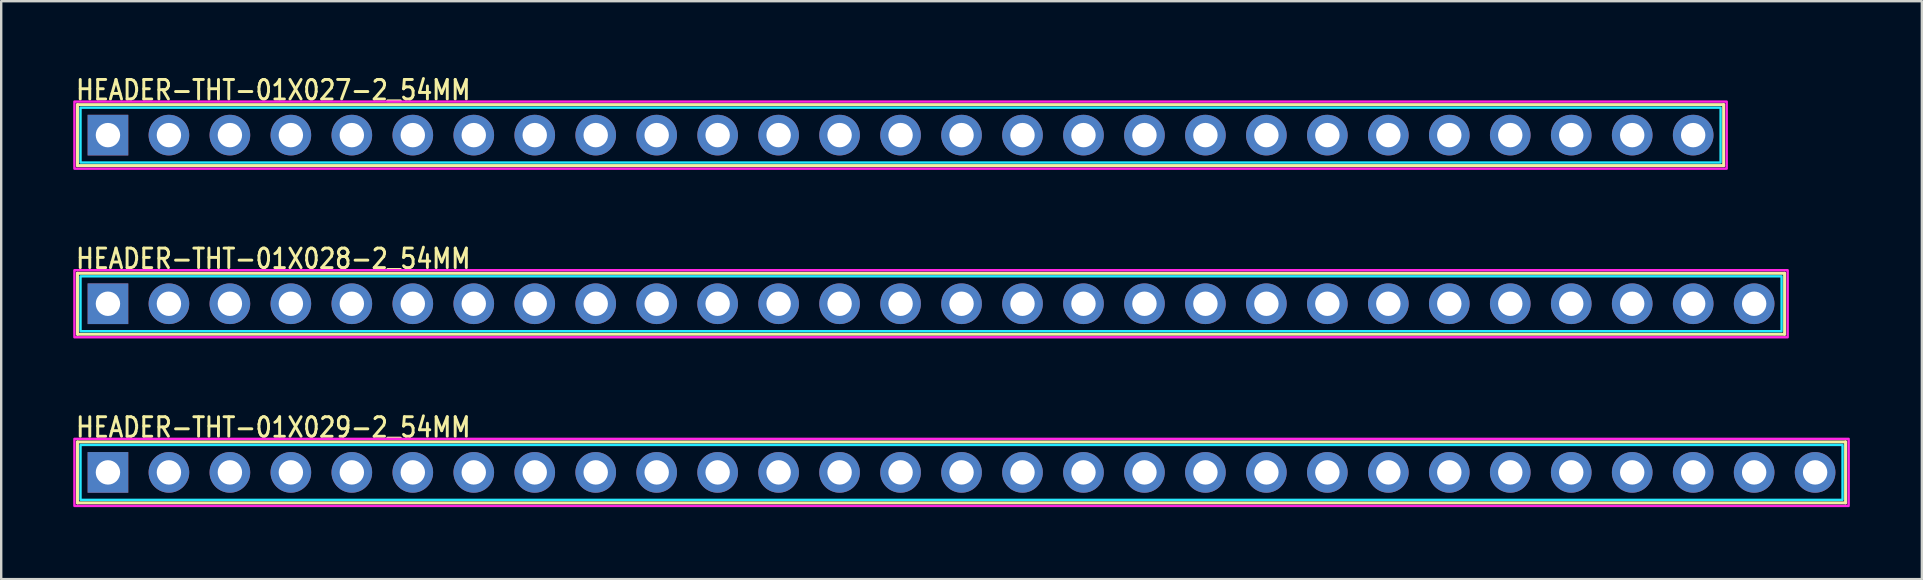
<source format=kicad_pcb>
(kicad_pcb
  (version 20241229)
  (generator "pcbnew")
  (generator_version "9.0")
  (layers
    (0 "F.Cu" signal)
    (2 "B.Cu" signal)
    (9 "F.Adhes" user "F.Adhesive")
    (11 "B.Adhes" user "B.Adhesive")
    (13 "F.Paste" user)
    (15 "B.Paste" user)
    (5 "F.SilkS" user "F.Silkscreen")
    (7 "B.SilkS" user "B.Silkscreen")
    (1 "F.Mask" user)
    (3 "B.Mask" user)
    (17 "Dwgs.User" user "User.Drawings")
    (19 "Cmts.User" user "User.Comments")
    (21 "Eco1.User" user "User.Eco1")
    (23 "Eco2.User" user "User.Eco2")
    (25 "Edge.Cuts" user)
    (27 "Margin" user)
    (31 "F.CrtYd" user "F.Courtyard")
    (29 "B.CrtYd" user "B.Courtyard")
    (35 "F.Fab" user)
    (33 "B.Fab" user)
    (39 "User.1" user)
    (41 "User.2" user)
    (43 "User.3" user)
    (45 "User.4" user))
  (footprint "HEADER-THT-01X029-2_54MM"
    (layer "F.Cu")
    (at 1.447 16.63)
    (property "Reference" "HEADER-THT-01X029-2_54MM" (at -1.4 -1.4 0) (unlocked yes) (layer "F.SilkS") (effects (font (size 0.813 0.695) (thickness 0.122)) (justify left bottom)))
    (fp_line (start -1.27 -1.27) (end -1.27 1.27) (stroke (width 0.127) (type solid)) (layer "F.SilkS"))
    (fp_line (start -1.27 1.27) (end 72.39 1.27) (stroke (width 0.127) (type solid)) (layer "F.SilkS"))
    (fp_line (start 72.39 -1.27) (end -1.27 -1.27) (stroke (width 0.127) (type solid)) (layer "F.SilkS"))
    (fp_line (start 72.39 1.27) (end 72.39 -1.27) (stroke (width 0.127) (type solid)) (layer "F.SilkS"))
    (fp_poly (pts (xy -1.143 -1.143) (xy 72.263 -1.143) (xy 72.263 1.143) (xy -1.143 1.143)) (stroke (width 0.1) (type solid)) (fill no) (layer "B.CrtYd"))
    (fp_poly (pts (xy -1.397 -1.397) (xy 72.517 -1.397) (xy 72.517 1.397) (xy -1.397 1.397)) (stroke (width 0.1) (type solid)) (fill no) (layer "F.CrtYd"))
    (pad "1" thru_hole rect (at 0 0) (size 1.693 1.693) (drill 1.016) (layers "*.Cu" "*.Mask"))
    (pad "2" thru_hole oval (at 2.54 0) (size 1.693 1.693) (drill 1.016) (layers "*.Cu" "*.Mask"))
    (pad "3" thru_hole oval (at 5.08 0) (size 1.693 1.693) (drill 1.016) (layers "*.Cu" "*.Mask"))
    (pad "4" thru_hole oval (at 7.62 0) (size 1.693 1.693) (drill 1.016) (layers "*.Cu" "*.Mask"))
    (pad "5" thru_hole oval (at 10.16 0) (size 1.693 1.693) (drill 1.016) (layers "*.Cu" "*.Mask"))
    (pad "6" thru_hole oval (at 12.7 0) (size 1.693 1.693) (drill 1.016) (layers "*.Cu" "*.Mask"))
    (pad "7" thru_hole oval (at 15.24 0) (size 1.693 1.693) (drill 1.016) (layers "*.Cu" "*.Mask"))
    (pad "8" thru_hole oval (at 17.78 0) (size 1.693 1.693) (drill 1.016) (layers "*.Cu" "*.Mask"))
    (pad "9" thru_hole oval (at 20.32 0) (size 1.693 1.693) (drill 1.016) (layers "*.Cu" "*.Mask"))
    (pad "10" thru_hole oval (at 22.86 0) (size 1.693 1.693) (drill 1.016) (layers "*.Cu" "*.Mask"))
    (pad "11" thru_hole oval (at 25.4 0) (size 1.693 1.693) (drill 1.016) (layers "*.Cu" "*.Mask"))
    (pad "12" thru_hole oval (at 27.94 0) (size 1.693 1.693) (drill 1.016) (layers "*.Cu" "*.Mask"))
    (pad "13" thru_hole oval (at 30.48 0) (size 1.693 1.693) (drill 1.016) (layers "*.Cu" "*.Mask"))
    (pad "14" thru_hole oval (at 33.02 0) (size 1.693 1.693) (drill 1.016) (layers "*.Cu" "*.Mask"))
    (pad "15" thru_hole oval (at 35.56 0) (size 1.693 1.693) (drill 1.016) (layers "*.Cu" "*.Mask"))
    (pad "16" thru_hole oval (at 38.1 0) (size 1.693 1.693) (drill 1.016) (layers "*.Cu" "*.Mask"))
    (pad "17" thru_hole oval (at 40.64 0) (size 1.693 1.693) (drill 1.016) (layers "*.Cu" "*.Mask"))
    (pad "18" thru_hole oval (at 43.18 0) (size 1.693 1.693) (drill 1.016) (layers "*.Cu" "*.Mask"))
    (pad "19" thru_hole oval (at 45.72 0) (size 1.693 1.693) (drill 1.016) (layers "*.Cu" "*.Mask"))
    (pad "20" thru_hole oval (at 48.26 0) (size 1.693 1.693) (drill 1.016) (layers "*.Cu" "*.Mask"))
    (pad "21" thru_hole oval (at 50.8 0) (size 1.693 1.693) (drill 1.016) (layers "*.Cu" "*.Mask"))
    (pad "22" thru_hole oval (at 53.34 0) (size 1.693 1.693) (drill 1.016) (layers "*.Cu" "*.Mask"))
    (pad "23" thru_hole oval (at 55.88 0) (size 1.693 1.693) (drill 1.016) (layers "*.Cu" "*.Mask"))
    (pad "24" thru_hole oval (at 58.42 0) (size 1.693 1.693) (drill 1.016) (layers "*.Cu" "*.Mask"))
    (pad "25" thru_hole oval (at 60.96 0) (size 1.693 1.693) (drill 1.016) (layers "*.Cu" "*.Mask"))
    (pad "26" thru_hole oval (at 63.5 0) (size 1.693 1.693) (drill 1.016) (layers "*.Cu" "*.Mask"))
    (pad "27" thru_hole oval (at 66.04 0) (size 1.693 1.693) (drill 1.016) (layers "*.Cu" "*.Mask"))
    (pad "28" thru_hole oval (at 68.58 0) (size 1.693 1.693) (drill 1.016) (layers "*.Cu" "*.Mask"))
    (pad "29" thru_hole oval (at 71.12 0) (size 1.693 1.693) (drill 1.016) (layers "*.Cu" "*.Mask")))
  (footprint "HEADER-THT-01X027-2_54MM"
    (layer "F.Cu")
    (at 1.447 2.579)
    (property "Reference" "HEADER-THT-01X027-2_54MM" (at -1.4 -1.4 0) (unlocked yes) (layer "F.SilkS") (effects (font (size 0.813 0.695) (thickness 0.122)) (justify left bottom)))
    (fp_line (start -1.27 -1.27) (end -1.27 1.27) (stroke (width 0.127) (type solid)) (layer "F.SilkS"))
    (fp_line (start -1.27 1.27) (end 67.31 1.27) (stroke (width 0.127) (type solid)) (layer "F.SilkS"))
    (fp_line (start 67.31 -1.27) (end -1.27 -1.27) (stroke (width 0.127) (type solid)) (layer "F.SilkS"))
    (fp_line (start 67.31 1.27) (end 67.31 -1.27) (stroke (width 0.127) (type solid)) (layer "F.SilkS"))
    (fp_poly (pts (xy -1.143 -1.143) (xy 67.183 -1.143) (xy 67.183 1.143) (xy -1.143 1.143)) (stroke (width 0.1) (type solid)) (fill no) (layer "B.CrtYd"))
    (fp_poly (pts (xy -1.397 -1.397) (xy 67.437 -1.397) (xy 67.437 1.397) (xy -1.397 1.397)) (stroke (width 0.1) (type solid)) (fill no) (layer "F.CrtYd"))
    (pad "1" thru_hole rect (at 0 0) (size 1.693 1.693) (drill 1.016) (layers "*.Cu" "*.Mask"))
    (pad "2" thru_hole oval (at 2.54 0) (size 1.693 1.693) (drill 1.016) (layers "*.Cu" "*.Mask"))
    (pad "3" thru_hole oval (at 5.08 0) (size 1.693 1.693) (drill 1.016) (layers "*.Cu" "*.Mask"))
    (pad "4" thru_hole oval (at 7.62 0) (size 1.693 1.693) (drill 1.016) (layers "*.Cu" "*.Mask"))
    (pad "5" thru_hole oval (at 10.16 0) (size 1.693 1.693) (drill 1.016) (layers "*.Cu" "*.Mask"))
    (pad "6" thru_hole oval (at 12.7 0) (size 1.693 1.693) (drill 1.016) (layers "*.Cu" "*.Mask"))
    (pad "7" thru_hole oval (at 15.24 0) (size 1.693 1.693) (drill 1.016) (layers "*.Cu" "*.Mask"))
    (pad "8" thru_hole oval (at 17.78 0) (size 1.693 1.693) (drill 1.016) (layers "*.Cu" "*.Mask"))
    (pad "9" thru_hole oval (at 20.32 0) (size 1.693 1.693) (drill 1.016) (layers "*.Cu" "*.Mask"))
    (pad "10" thru_hole oval (at 22.86 0) (size 1.693 1.693) (drill 1.016) (layers "*.Cu" "*.Mask"))
    (pad "11" thru_hole oval (at 25.4 0) (size 1.693 1.693) (drill 1.016) (layers "*.Cu" "*.Mask"))
    (pad "12" thru_hole oval (at 27.94 0) (size 1.693 1.693) (drill 1.016) (layers "*.Cu" "*.Mask"))
    (pad "13" thru_hole oval (at 30.48 0) (size 1.693 1.693) (drill 1.016) (layers "*.Cu" "*.Mask"))
    (pad "14" thru_hole oval (at 33.02 0) (size 1.693 1.693) (drill 1.016) (layers "*.Cu" "*.Mask"))
    (pad "15" thru_hole oval (at 35.56 0) (size 1.693 1.693) (drill 1.016) (layers "*.Cu" "*.Mask"))
    (pad "16" thru_hole oval (at 38.1 0) (size 1.693 1.693) (drill 1.016) (layers "*.Cu" "*.Mask"))
    (pad "17" thru_hole oval (at 40.64 0) (size 1.693 1.693) (drill 1.016) (layers "*.Cu" "*.Mask"))
    (pad "18" thru_hole oval (at 43.18 0) (size 1.693 1.693) (drill 1.016) (layers "*.Cu" "*.Mask"))
    (pad "19" thru_hole oval (at 45.72 0) (size 1.693 1.693) (drill 1.016) (layers "*.Cu" "*.Mask"))
    (pad "20" thru_hole oval (at 48.26 0) (size 1.693 1.693) (drill 1.016) (layers "*.Cu" "*.Mask"))
    (pad "21" thru_hole oval (at 50.8 0) (size 1.693 1.693) (drill 1.016) (layers "*.Cu" "*.Mask"))
    (pad "22" thru_hole oval (at 53.34 0) (size 1.693 1.693) (drill 1.016) (layers "*.Cu" "*.Mask"))
    (pad "23" thru_hole oval (at 55.88 0) (size 1.693 1.693) (drill 1.016) (layers "*.Cu" "*.Mask"))
    (pad "24" thru_hole oval (at 58.42 0) (size 1.693 1.693) (drill 1.016) (layers "*.Cu" "*.Mask"))
    (pad "25" thru_hole oval (at 60.96 0) (size 1.693 1.693) (drill 1.016) (layers "*.Cu" "*.Mask"))
    (pad "26" thru_hole oval (at 63.5 0) (size 1.693 1.693) (drill 1.016) (layers "*.Cu" "*.Mask"))
    (pad "27" thru_hole oval (at 66.04 0) (size 1.693 1.693) (drill 1.016) (layers "*.Cu" "*.Mask")))
  (footprint "HEADER-THT-01X028-2_54MM"
    (layer "F.Cu")
    (at 1.447 9.604)
    (property "Reference" "HEADER-THT-01X028-2_54MM" (at -1.4 -1.4 0) (unlocked yes) (layer "F.SilkS") (effects (font (size 0.813 0.695) (thickness 0.122)) (justify left bottom)))
    (fp_line (start -1.27 -1.27) (end -1.27 1.27) (stroke (width 0.127) (type solid)) (layer "F.SilkS"))
    (fp_line (start -1.27 1.27) (end 69.85 1.27) (stroke (width 0.127) (type solid)) (layer "F.SilkS"))
    (fp_line (start 69.85 -1.27) (end -1.27 -1.27) (stroke (width 0.127) (type solid)) (layer "F.SilkS"))
    (fp_line (start 69.85 1.27) (end 69.85 -1.27) (stroke (width 0.127) (type solid)) (layer "F.SilkS"))
    (fp_poly (pts (xy -1.143 -1.143) (xy 69.723 -1.143) (xy 69.723 1.143) (xy -1.143 1.143)) (stroke (width 0.1) (type solid)) (fill no) (layer "B.CrtYd"))
    (fp_poly (pts (xy -1.397 -1.397) (xy 69.977 -1.397) (xy 69.977 1.397) (xy -1.397 1.397)) (stroke (width 0.1) (type solid)) (fill no) (layer "F.CrtYd"))
    (pad "1" thru_hole rect (at 0 0) (size 1.693 1.693) (drill 1.016) (layers "*.Cu" "*.Mask"))
    (pad "2" thru_hole oval (at 2.54 0) (size 1.693 1.693) (drill 1.016) (layers "*.Cu" "*.Mask"))
    (pad "3" thru_hole oval (at 5.08 0) (size 1.693 1.693) (drill 1.016) (layers "*.Cu" "*.Mask"))
    (pad "4" thru_hole oval (at 7.62 0) (size 1.693 1.693) (drill 1.016) (layers "*.Cu" "*.Mask"))
    (pad "5" thru_hole oval (at 10.16 0) (size 1.693 1.693) (drill 1.016) (layers "*.Cu" "*.Mask"))
    (pad "6" thru_hole oval (at 12.7 0) (size 1.693 1.693) (drill 1.016) (layers "*.Cu" "*.Mask"))
    (pad "7" thru_hole oval (at 15.24 0) (size 1.693 1.693) (drill 1.016) (layers "*.Cu" "*.Mask"))
    (pad "8" thru_hole oval (at 17.78 0) (size 1.693 1.693) (drill 1.016) (layers "*.Cu" "*.Mask"))
    (pad "9" thru_hole oval (at 20.32 0) (size 1.693 1.693) (drill 1.016) (layers "*.Cu" "*.Mask"))
    (pad "10" thru_hole oval (at 22.86 0) (size 1.693 1.693) (drill 1.016) (layers "*.Cu" "*.Mask"))
    (pad "11" thru_hole oval (at 25.4 0) (size 1.693 1.693) (drill 1.016) (layers "*.Cu" "*.Mask"))
    (pad "12" thru_hole oval (at 27.94 0) (size 1.693 1.693) (drill 1.016) (layers "*.Cu" "*.Mask"))
    (pad "13" thru_hole oval (at 30.48 0) (size 1.693 1.693) (drill 1.016) (layers "*.Cu" "*.Mask"))
    (pad "14" thru_hole oval (at 33.02 0) (size 1.693 1.693) (drill 1.016) (layers "*.Cu" "*.Mask"))
    (pad "15" thru_hole oval (at 35.56 0) (size 1.693 1.693) (drill 1.016) (layers "*.Cu" "*.Mask"))
    (pad "16" thru_hole oval (at 38.1 0) (size 1.693 1.693) (drill 1.016) (layers "*.Cu" "*.Mask"))
    (pad "17" thru_hole oval (at 40.64 0) (size 1.693 1.693) (drill 1.016) (layers "*.Cu" "*.Mask"))
    (pad "18" thru_hole oval (at 43.18 0) (size 1.693 1.693) (drill 1.016) (layers "*.Cu" "*.Mask"))
    (pad "19" thru_hole oval (at 45.72 0) (size 1.693 1.693) (drill 1.016) (layers "*.Cu" "*.Mask"))
    (pad "20" thru_hole oval (at 48.26 0) (size 1.693 1.693) (drill 1.016) (layers "*.Cu" "*.Mask"))
    (pad "21" thru_hole oval (at 50.8 0) (size 1.693 1.693) (drill 1.016) (layers "*.Cu" "*.Mask"))
    (pad "22" thru_hole oval (at 53.34 0) (size 1.693 1.693) (drill 1.016) (layers "*.Cu" "*.Mask"))
    (pad "23" thru_hole oval (at 55.88 0) (size 1.693 1.693) (drill 1.016) (layers "*.Cu" "*.Mask"))
    (pad "24" thru_hole oval (at 58.42 0) (size 1.693 1.693) (drill 1.016) (layers "*.Cu" "*.Mask"))
    (pad "25" thru_hole oval (at 60.96 0) (size 1.693 1.693) (drill 1.016) (layers "*.Cu" "*.Mask"))
    (pad "26" thru_hole oval (at 63.5 0) (size 1.693 1.693) (drill 1.016) (layers "*.Cu" "*.Mask"))
    (pad "27" thru_hole oval (at 66.04 0) (size 1.693 1.693) (drill 1.016) (layers "*.Cu" "*.Mask"))
    (pad "28" thru_hole oval (at 68.58 0) (size 1.693 1.693) (drill 1.016) (layers "*.Cu" "*.Mask")))
  (gr_rect
    (start -3 -3)
    (end 77.014 21.077)
    (stroke (width 0.1) (type default))
    (fill no)
    (layer "Edge.Cuts")))
</source>
